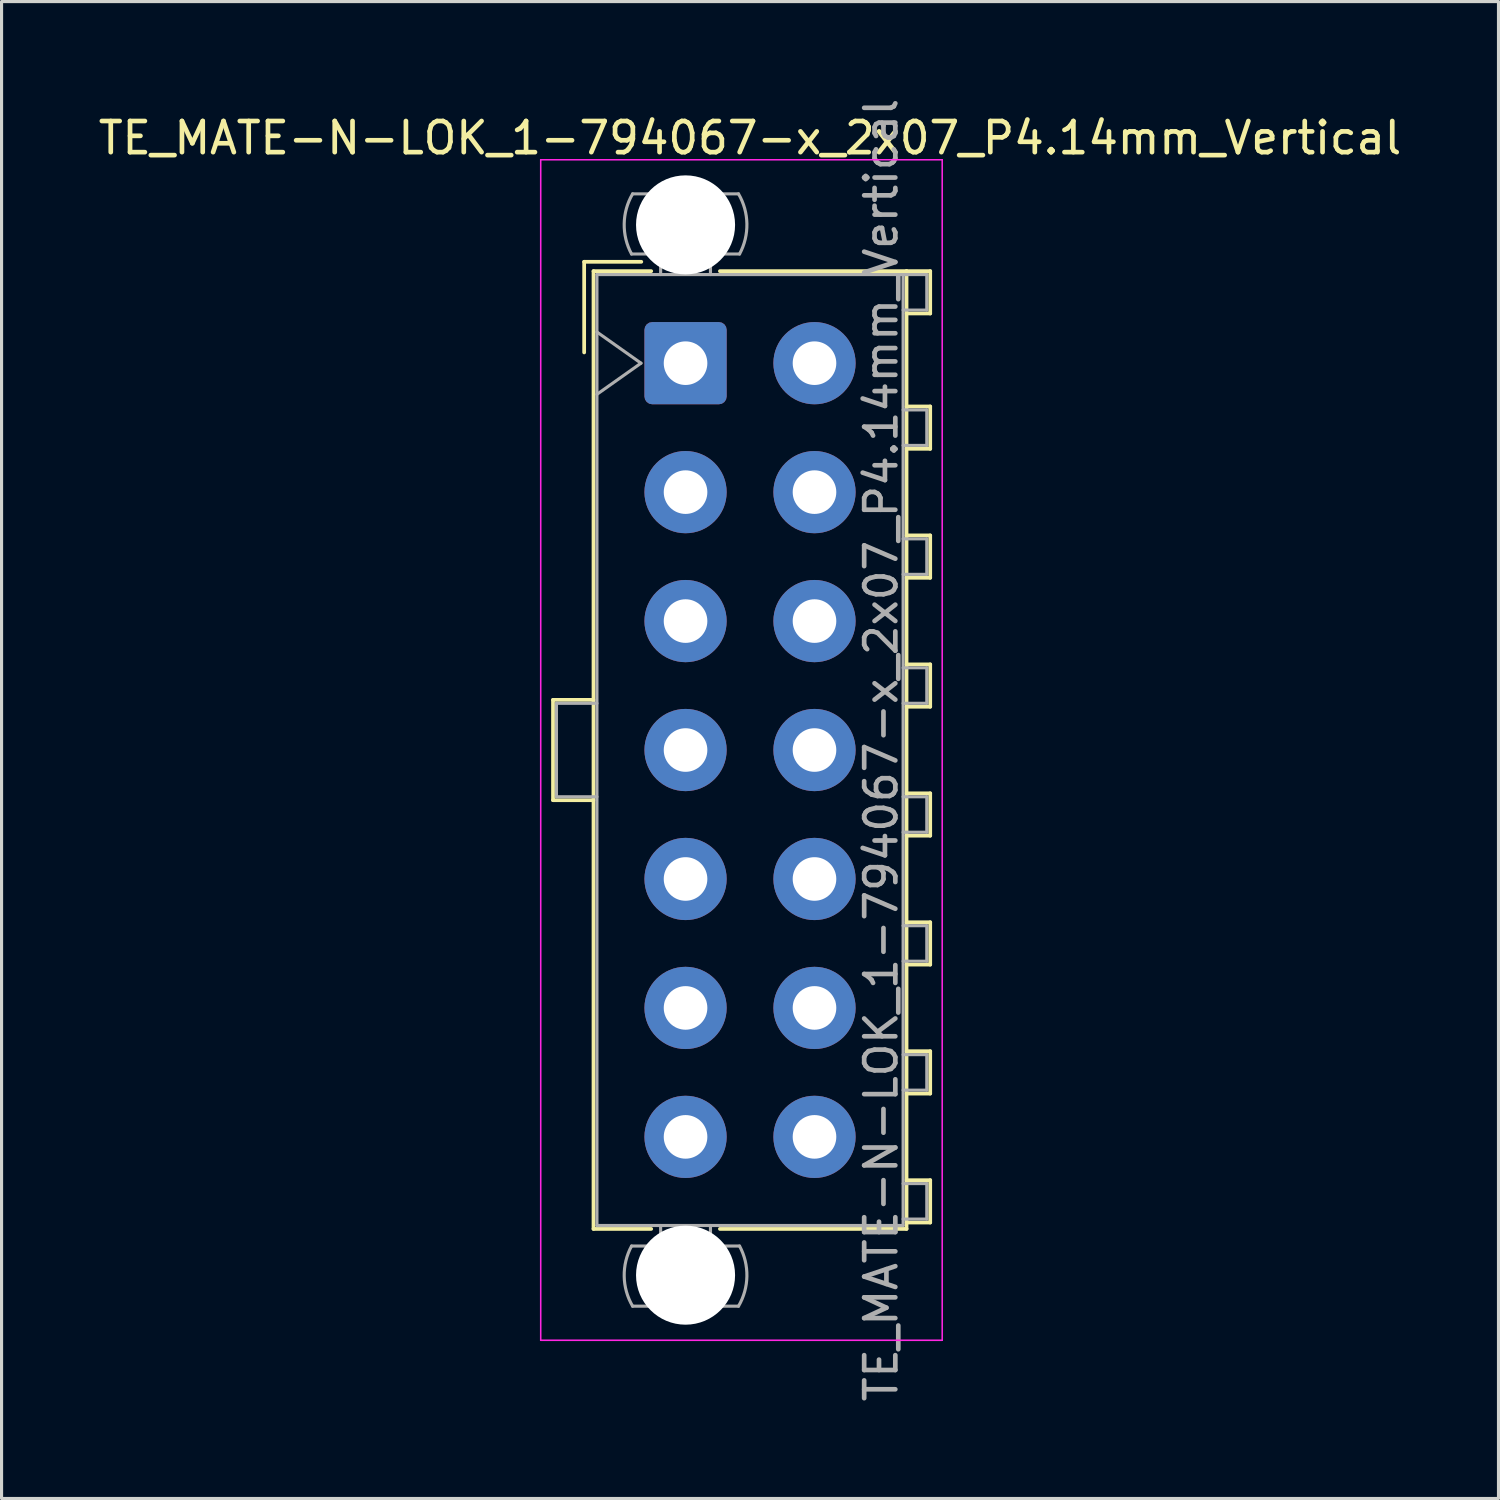
<source format=kicad_pcb>
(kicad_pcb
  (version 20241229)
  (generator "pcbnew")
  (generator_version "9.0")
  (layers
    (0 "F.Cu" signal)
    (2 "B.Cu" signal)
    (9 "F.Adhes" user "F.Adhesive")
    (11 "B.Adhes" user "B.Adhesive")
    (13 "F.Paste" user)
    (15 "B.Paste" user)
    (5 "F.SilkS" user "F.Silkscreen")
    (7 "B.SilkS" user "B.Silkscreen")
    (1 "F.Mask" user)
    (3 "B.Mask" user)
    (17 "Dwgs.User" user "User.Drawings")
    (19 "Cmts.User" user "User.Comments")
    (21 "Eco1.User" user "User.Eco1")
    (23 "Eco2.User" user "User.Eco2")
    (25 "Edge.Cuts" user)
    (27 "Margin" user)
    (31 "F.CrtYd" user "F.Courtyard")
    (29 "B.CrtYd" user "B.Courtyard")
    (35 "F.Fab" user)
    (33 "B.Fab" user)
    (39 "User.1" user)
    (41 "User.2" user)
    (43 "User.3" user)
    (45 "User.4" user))
  (footprint "TE_MATE-N-LOK_1-794067-x_2x07_P4.14mm_Vertical"
    (layer "F.Cu")
    (at 18.96 8.61)
    (property "Reference" "TE_MATE-N-LOK_1-794067-x_2x07_P4.14mm_Vertical" (at 2.07 -7.23 0) (layer "F.SilkS") (effects (font (size 1 1) (thickness 0.15))))
    (attr through_hole)
    (fp_line (start -4.255 10.81) (end -4.255 14.03) (stroke (width 0.12) (type solid)) (layer "F.SilkS"))
    (fp_line (start -4.255 14.03) (end -2.955 14.03) (stroke (width 0.12) (type solid)) (layer "F.SilkS"))
    (fp_line (start -3.255 -3.255) (end -3.255 -0.345) (stroke (width 0.12) (type solid)) (layer "F.SilkS"))
    (fp_line (start -2.955 -2.955) (end -2.955 27.795) (stroke (width 0.12) (type solid)) (layer "F.SilkS"))
    (fp_line (start -2.955 10.81) (end -4.255 10.81) (stroke (width 0.12) (type solid)) (layer "F.SilkS"))
    (fp_line (start -2.955 27.795) (end -1.103 27.795) (stroke (width 0.12) (type solid)) (layer "F.SilkS"))
    (fp_line (start -1.421 -3.255) (end -3.255 -3.255) (stroke (width 0.12) (type solid)) (layer "F.SilkS"))
    (fp_line (start -1.103 -2.955) (end -2.955 -2.955) (stroke (width 0.12) (type solid)) (layer "F.SilkS"))
    (fp_line (start 1.103 -2.955) (end 7.095 -2.955) (stroke (width 0.12) (type solid)) (layer "F.SilkS"))
    (fp_line (start 7.095 -2.955) (end 7.095 27.795) (stroke (width 0.12) (type solid)) (layer "F.SilkS"))
    (fp_line (start 7.095 -2.955) (end 7.855 -2.955) (stroke (width 0.12) (type solid)) (layer "F.SilkS"))
    (fp_line (start 7.095 1.39) (end 7.855 1.39) (stroke (width 0.12) (type solid)) (layer "F.SilkS"))
    (fp_line (start 7.095 5.53) (end 7.855 5.53) (stroke (width 0.12) (type solid)) (layer "F.SilkS"))
    (fp_line (start 7.095 9.67) (end 7.855 9.67) (stroke (width 0.12) (type solid)) (layer "F.SilkS"))
    (fp_line (start 7.095 13.81) (end 7.855 13.81) (stroke (width 0.12) (type solid)) (layer "F.SilkS"))
    (fp_line (start 7.095 17.95) (end 7.855 17.95) (stroke (width 0.12) (type solid)) (layer "F.SilkS"))
    (fp_line (start 7.095 22.09) (end 7.855 22.09) (stroke (width 0.12) (type solid)) (layer "F.SilkS"))
    (fp_line (start 7.095 26.23) (end 7.855 26.23) (stroke (width 0.12) (type solid)) (layer "F.SilkS"))
    (fp_line (start 7.095 27.795) (end 1.103 27.795) (stroke (width 0.12) (type solid)) (layer "F.SilkS"))
    (fp_line (start 7.855 -2.955) (end 7.855 -1.595) (stroke (width 0.12) (type solid)) (layer "F.SilkS"))
    (fp_line (start 7.855 -1.595) (end 7.095 -1.595) (stroke (width 0.12) (type solid)) (layer "F.SilkS"))
    (fp_line (start 7.855 1.39) (end 7.855 2.75) (stroke (width 0.12) (type solid)) (layer "F.SilkS"))
    (fp_line (start 7.855 2.75) (end 7.095 2.75) (stroke (width 0.12) (type solid)) (layer "F.SilkS"))
    (fp_line (start 7.855 5.53) (end 7.855 6.89) (stroke (width 0.12) (type solid)) (layer "F.SilkS"))
    (fp_line (start 7.855 6.89) (end 7.095 6.89) (stroke (width 0.12) (type solid)) (layer "F.SilkS"))
    (fp_line (start 7.855 9.67) (end 7.855 11.03) (stroke (width 0.12) (type solid)) (layer "F.SilkS"))
    (fp_line (start 7.855 11.03) (end 7.095 11.03) (stroke (width 0.12) (type solid)) (layer "F.SilkS"))
    (fp_line (start 7.855 13.81) (end 7.855 15.17) (stroke (width 0.12) (type solid)) (layer "F.SilkS"))
    (fp_line (start 7.855 15.17) (end 7.095 15.17) (stroke (width 0.12) (type solid)) (layer "F.SilkS"))
    (fp_line (start 7.855 17.95) (end 7.855 19.31) (stroke (width 0.12) (type solid)) (layer "F.SilkS"))
    (fp_line (start 7.855 19.31) (end 7.095 19.31) (stroke (width 0.12) (type solid)) (layer "F.SilkS"))
    (fp_line (start 7.855 22.09) (end 7.855 23.45) (stroke (width 0.12) (type solid)) (layer "F.SilkS"))
    (fp_line (start 7.855 23.45) (end 7.095 23.45) (stroke (width 0.12) (type solid)) (layer "F.SilkS"))
    (fp_line (start 7.855 26.23) (end 7.855 27.59) (stroke (width 0.12) (type solid)) (layer "F.SilkS"))
    (fp_line (start 7.855 27.59) (end 7.095 27.59) (stroke (width 0.12) (type solid)) (layer "F.SilkS"))
    (fp_line (start -4.65 -6.53) (end -4.65 31.37) (stroke (width 0.05) (type solid)) (layer "F.CrtYd"))
    (fp_line (start -4.65 31.37) (end 8.24 31.37) (stroke (width 0.05) (type solid)) (layer "F.CrtYd"))
    (fp_line (start 8.24 -6.53) (end -4.65 -6.53) (stroke (width 0.05) (type solid)) (layer "F.CrtYd"))
    (fp_line (start 8.24 31.37) (end 8.24 -6.53) (stroke (width 0.05) (type solid)) (layer "F.CrtYd"))
    (fp_line (start -4.145 10.92) (end -4.145 13.92) (stroke (width 0.1) (type solid)) (layer "F.Fab"))
    (fp_line (start -4.145 13.92) (end -2.845 13.92) (stroke (width 0.1) (type solid)) (layer "F.Fab"))
    (fp_line (start -2.845 -2.845) (end -2.845 27.685) (stroke (width 0.1) (type solid)) (layer "F.Fab"))
    (fp_line (start -2.845 -1) (end -1.431 0) (stroke (width 0.1) (type solid)) (layer "F.Fab"))
    (fp_line (start -2.845 10.92) (end -4.145 10.92) (stroke (width 0.1) (type solid)) (layer "F.Fab"))
    (fp_line (start -2.845 27.685) (end 6.985 27.685) (stroke (width 0.1) (type solid)) (layer "F.Fab"))
    (fp_line (start -1.431 0) (end -2.845 1) (stroke (width 0.1) (type solid)) (layer "F.Fab"))
    (fp_line (start -0.8 -2.845) (end -0.8 -3.505) (stroke (width 0.1) (type solid)) (layer "F.Fab"))
    (fp_line (start -0.8 27.685) (end -0.8 28.345) (stroke (width 0.1) (type solid)) (layer "F.Fab"))
    (fp_line (start 0.8 -2.845) (end 0.8 -3.505) (stroke (width 0.1) (type solid)) (layer "F.Fab"))
    (fp_line (start 0.8 27.685) (end 0.8 28.345) (stroke (width 0.1) (type solid)) (layer "F.Fab"))
    (fp_line (start 1.7 -5.436) (end -1.7 -5.436) (stroke (width 0.1) (type solid)) (layer "F.Fab"))
    (fp_line (start 1.7 30.276) (end -1.7 30.276) (stroke (width 0.1) (type solid)) (layer "F.Fab"))
    (fp_line (start 1.734 -3.505) (end -1.734 -3.505) (stroke (width 0.1) (type solid)) (layer "F.Fab"))
    (fp_line (start 1.734 28.345) (end -1.734 28.345) (stroke (width 0.1) (type solid)) (layer "F.Fab"))
    (fp_line (start 6.985 -2.845) (end -2.845 -2.845) (stroke (width 0.1) (type solid)) (layer "F.Fab"))
    (fp_line (start 6.985 -2.845) (end 7.745 -2.845) (stroke (width 0.1) (type solid)) (layer "F.Fab"))
    (fp_line (start 6.985 1.5) (end 7.745 1.5) (stroke (width 0.1) (type solid)) (layer "F.Fab"))
    (fp_line (start 6.985 5.64) (end 7.745 5.64) (stroke (width 0.1) (type solid)) (layer "F.Fab"))
    (fp_line (start 6.985 9.78) (end 7.745 9.78) (stroke (width 0.1) (type solid)) (layer "F.Fab"))
    (fp_line (start 6.985 13.92) (end 7.745 13.92) (stroke (width 0.1) (type solid)) (layer "F.Fab"))
    (fp_line (start 6.985 18.06) (end 7.745 18.06) (stroke (width 0.1) (type solid)) (layer "F.Fab"))
    (fp_line (start 6.985 22.2) (end 7.745 22.2) (stroke (width 0.1) (type solid)) (layer "F.Fab"))
    (fp_line (start 6.985 26.34) (end 7.745 26.34) (stroke (width 0.1) (type solid)) (layer "F.Fab"))
    (fp_line (start 6.985 27.685) (end 6.985 -2.845) (stroke (width 0.1) (type solid)) (layer "F.Fab"))
    (fp_line (start 7.745 -2.845) (end 7.745 -1.705) (stroke (width 0.1) (type solid)) (layer "F.Fab"))
    (fp_line (start 7.745 -1.705) (end 6.985 -1.705) (stroke (width 0.1) (type solid)) (layer "F.Fab"))
    (fp_line (start 7.745 1.5) (end 7.745 2.64) (stroke (width 0.1) (type solid)) (layer "F.Fab"))
    (fp_line (start 7.745 2.64) (end 6.985 2.64) (stroke (width 0.1) (type solid)) (layer "F.Fab"))
    (fp_line (start 7.745 5.64) (end 7.745 6.78) (stroke (width 0.1) (type solid)) (layer "F.Fab"))
    (fp_line (start 7.745 6.78) (end 6.985 6.78) (stroke (width 0.1) (type solid)) (layer "F.Fab"))
    (fp_line (start 7.745 9.78) (end 7.745 10.92) (stroke (width 0.1) (type solid)) (layer "F.Fab"))
    (fp_line (start 7.745 10.92) (end 6.985 10.92) (stroke (width 0.1) (type solid)) (layer "F.Fab"))
    (fp_line (start 7.745 13.92) (end 7.745 15.06) (stroke (width 0.1) (type solid)) (layer "F.Fab"))
    (fp_line (start 7.745 15.06) (end 6.985 15.06) (stroke (width 0.1) (type solid)) (layer "F.Fab"))
    (fp_line (start 7.745 18.06) (end 7.745 19.2) (stroke (width 0.1) (type solid)) (layer "F.Fab"))
    (fp_line (start 7.745 19.2) (end 6.985 19.2) (stroke (width 0.1) (type solid)) (layer "F.Fab"))
    (fp_line (start 7.745 22.2) (end 7.745 23.34) (stroke (width 0.1) (type solid)) (layer "F.Fab"))
    (fp_line (start 7.745 23.34) (end 6.985 23.34) (stroke (width 0.1) (type solid)) (layer "F.Fab"))
    (fp_line (start 7.745 26.34) (end 7.745 27.48) (stroke (width 0.1) (type solid)) (layer "F.Fab"))
    (fp_line (start 7.745 27.48) (end 6.985 27.48) (stroke (width 0.1) (type solid)) (layer "F.Fab"))
    (fp_arc (start -1.733977 -3.505) (mid -1.96969 -4.474992) (end -1.699672 -5.436) (stroke (width 0.1) (type solid)) (layer "F.Fab"))
    (fp_arc (start -1.699672 30.276) (mid -1.969689 29.314992) (end -1.733977 28.345) (stroke (width 0.1) (type solid)) (layer "F.Fab"))
    (fp_arc (start 1.699672 -5.436) (mid 1.969689 -4.474992) (end 1.733977 -3.505) (stroke (width 0.1) (type solid)) (layer "F.Fab"))
    (fp_arc (start 1.733977 28.345) (mid 1.96969 29.314992) (end 1.699672 30.276) (stroke (width 0.1) (type solid)) (layer "F.Fab"))
    (fp_text user "${REFERENCE}" (at 6.28 12.42 90) (layer "F.Fab") (effects (font (size 1 1) (thickness 0.15))))
    (pad "" np_thru_hole circle (at 0 -4.44) (size 3.18 3.18) (drill 3.18) (layers "*.Cu" "*.Mask"))
    (pad "" np_thru_hole circle (at 0 29.28) (size 3.18 3.18) (drill 3.18) (layers "*.Cu" "*.Mask"))
    (pad "1" thru_hole roundrect (at 0 0) (size 2.64 2.64) (drill 1.4) (layers "*.Cu" "*.Mask") (roundrect_rratio 0.095))
    (pad "2" thru_hole circle (at 0 4.14) (size 2.64 2.64) (drill 1.4) (layers "*.Cu" "*.Mask"))
    (pad "3" thru_hole circle (at 0 8.28) (size 2.64 2.64) (drill 1.4) (layers "*.Cu" "*.Mask"))
    (pad "4" thru_hole circle (at 0 12.42) (size 2.64 2.64) (drill 1.4) (layers "*.Cu" "*.Mask"))
    (pad "5" thru_hole circle (at 0 16.56) (size 2.64 2.64) (drill 1.4) (layers "*.Cu" "*.Mask"))
    (pad "6" thru_hole circle (at 0 20.7) (size 2.64 2.64) (drill 1.4) (layers "*.Cu" "*.Mask"))
    (pad "7" thru_hole circle (at 0 24.84) (size 2.64 2.64) (drill 1.4) (layers "*.Cu" "*.Mask"))
    (pad "8" thru_hole circle (at 4.14 0) (size 2.64 2.64) (drill 1.4) (layers "*.Cu" "*.Mask"))
    (pad "9" thru_hole circle (at 4.14 4.14) (size 2.64 2.64) (drill 1.4) (layers "*.Cu" "*.Mask"))
    (pad "10" thru_hole circle (at 4.14 8.28) (size 2.64 2.64) (drill 1.4) (layers "*.Cu" "*.Mask"))
    (pad "11" thru_hole circle (at 4.14 12.42) (size 2.64 2.64) (drill 1.4) (layers "*.Cu" "*.Mask"))
    (pad "12" thru_hole circle (at 4.14 16.56) (size 2.64 2.64) (drill 1.4) (layers "*.Cu" "*.Mask"))
    (pad "13" thru_hole circle (at 4.14 20.7) (size 2.64 2.64) (drill 1.4) (layers "*.Cu" "*.Mask"))
    (pad "14" thru_hole circle (at 4.14 24.84) (size 2.64 2.64) (drill 1.4) (layers "*.Cu" "*.Mask")))
  (gr_rect
    (start -3 -3)
    (end 45.06 45.06)
    (stroke (width 0.1) (type default))
    (fill no)
    (layer "Edge.Cuts")))
</source>
